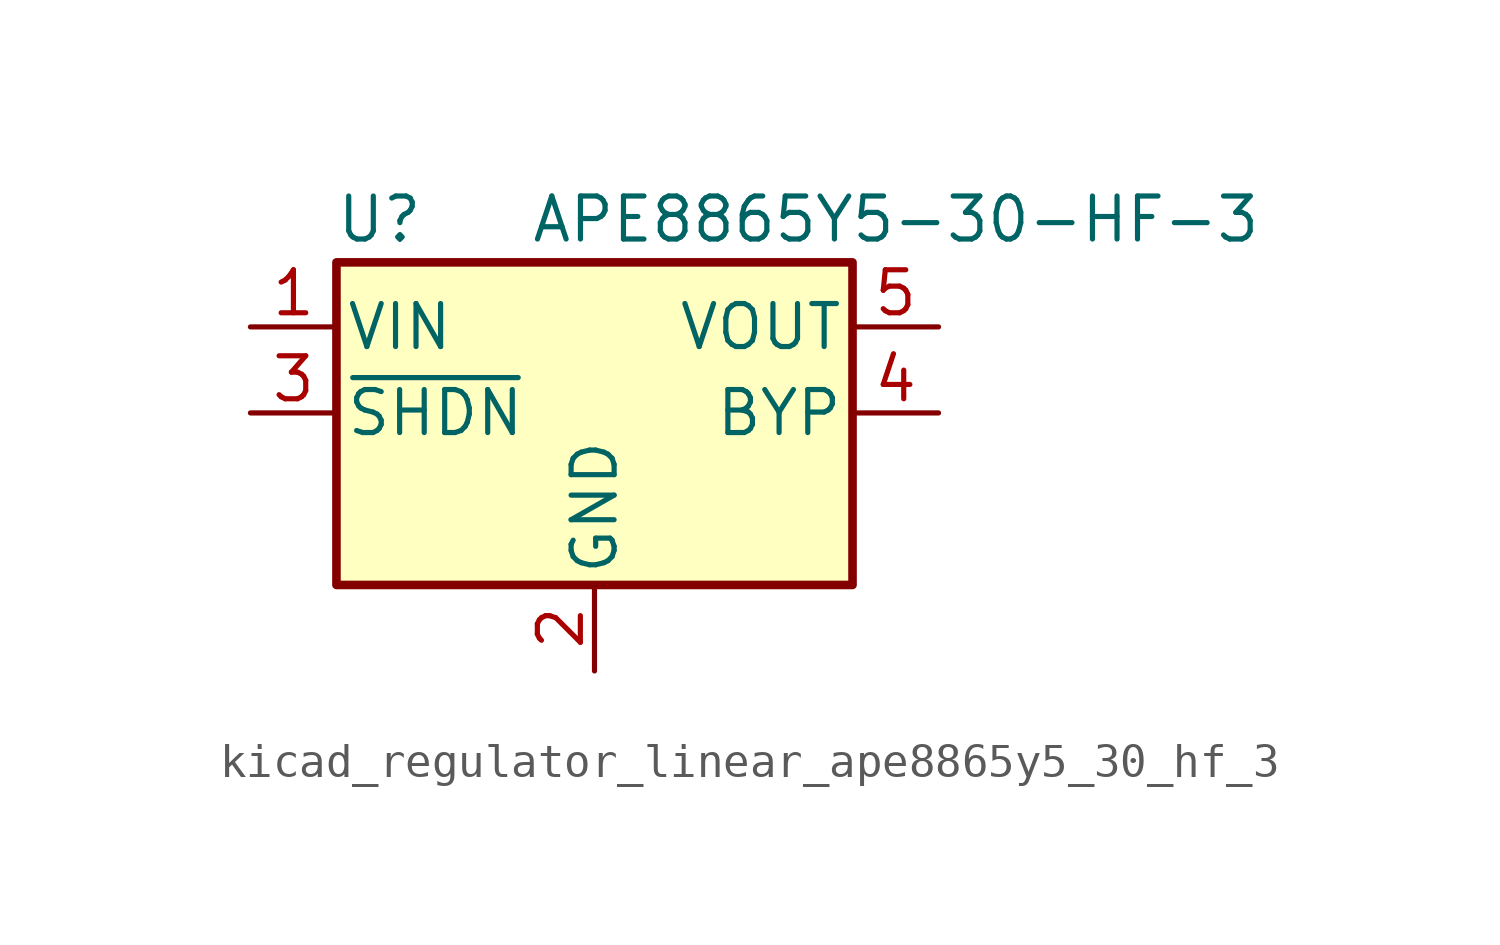
<source format=kicad_sym>
(kicad_symbol_lib
  (version 20220914)
  (generator kicad_symbol_editor)
  (symbol "kicad_regulator_linear_ape8865y5_30_hf_3"
    (pin_names
      (offset 0.254))
    (property "Reference" "U"
      (at -6.35 5.715 0)
      (effects (font (size 1.27 1.27))))
    (property "Value" "APE8865Y5-30-HF-3"
      (at -1.905 5.715 0)
      (effects (font (size 1.27 1.27)) (justify left)))
    (symbol "kicad_regulator_linear_ape8865y5_30_hf_3_0_1"
      (rectangle (start -7.62 4.445) (end 7.62 -5.08) (stroke (width 0.254) (type default)) (fill (type background))))
    (symbol "kicad_regulator_linear_ape8865y5_30_hf_3_1_1"
      (pin power_in line (at -10.16 2.54 0) (length 2.54) (name "VIN" (effects (font (size 1.27 1.27)))) (number "1" (effects (font (size 1.27 1.27)))))
      (pin power_in line (at 0 -7.62 90) (length 2.54) (name "GND" (effects (font (size 1.27 1.27)))) (number "2" (effects (font (size 1.27 1.27)))))
      (pin input line (at -10.16 0 0) (length 2.54) (name "~{SHDN}" (effects (font (size 1.27 1.27)))) (number "3" (effects (font (size 1.27 1.27)))))
      (pin input line (at 10.16 0 180) (length 2.54) (name "BYP" (effects (font (size 1.27 1.27)))) (number "4" (effects (font (size 1.27 1.27)))))
      (pin power_out line (at 10.16 2.54 180) (length 2.54) (name "VOUT" (effects (font (size 1.27 1.27)))) (number "5" (effects (font (size 1.27 1.27))))))))
</source>
